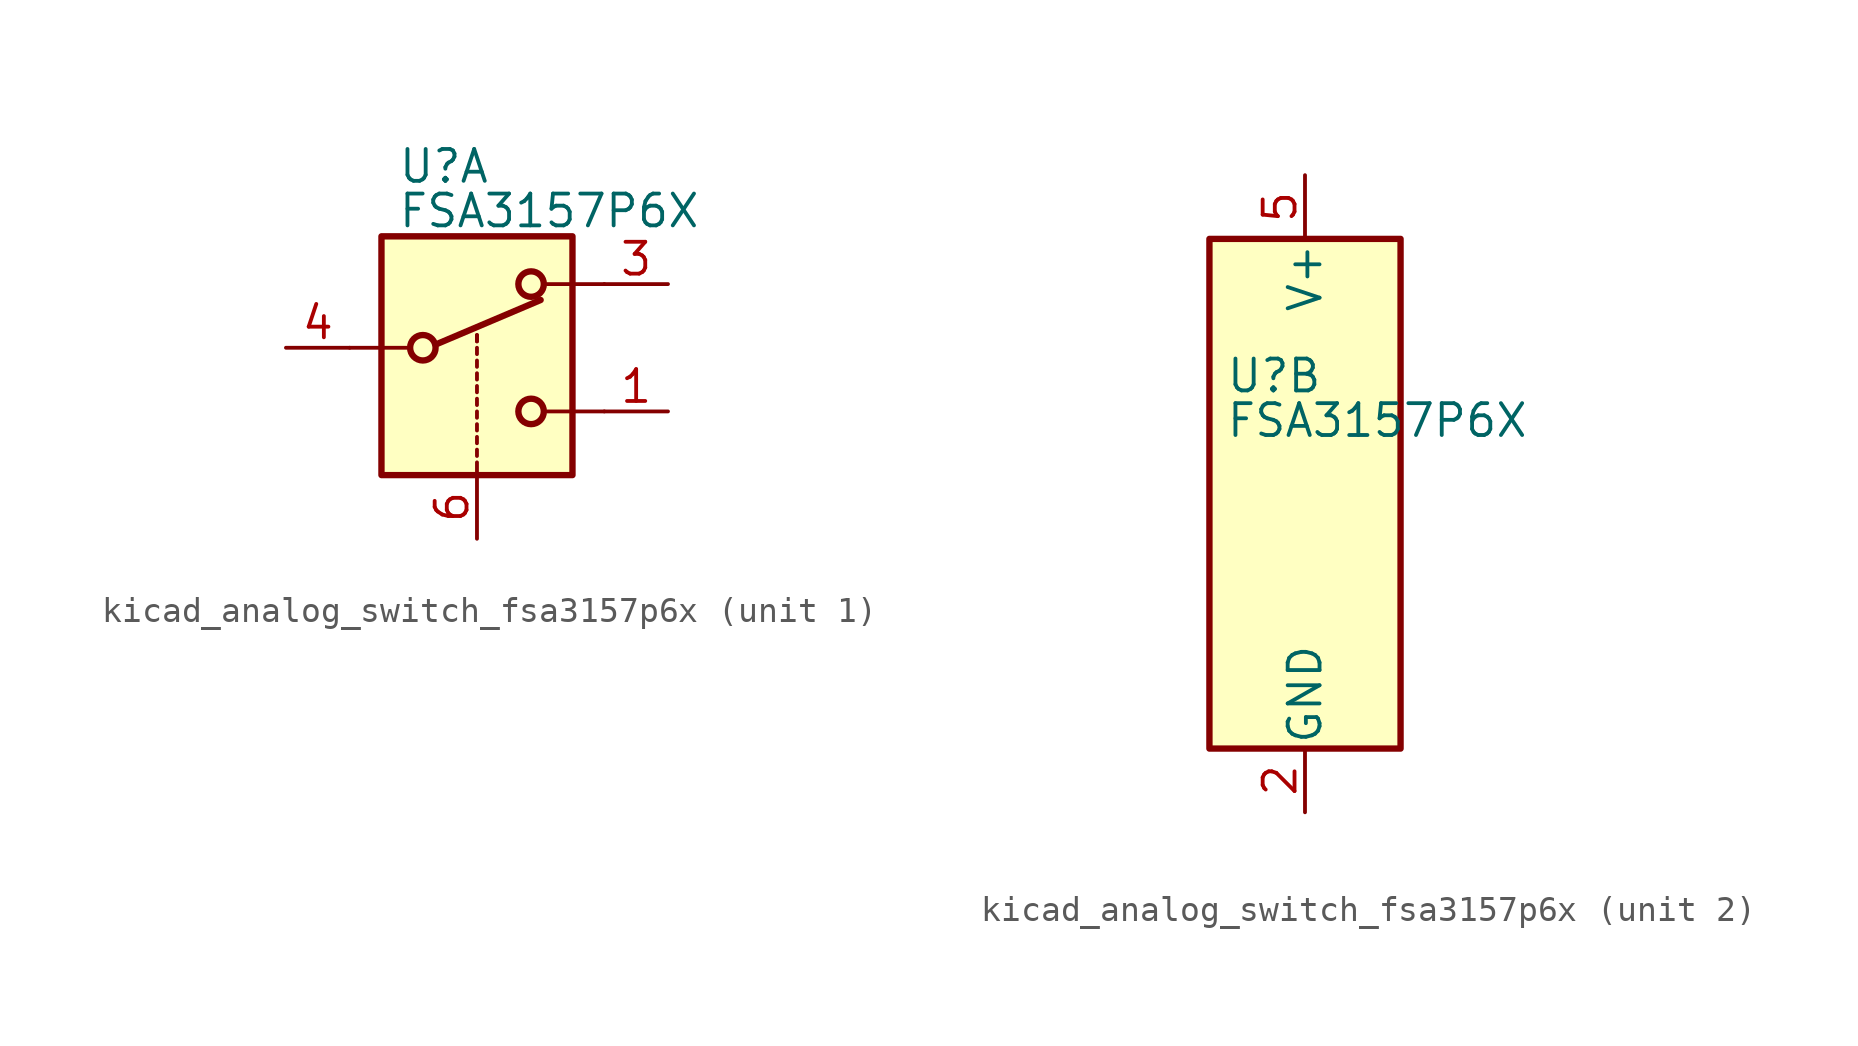
<source format=kicad_sym>
(kicad_symbol_lib
  (version 20220914)
  (generator kicad_symbol_editor)
  (symbol "kicad_analog_switch_fsa3157p6x"
    (pin_names
      (offset 0.127))
    (property "Reference" "U"
      (at -3.175 4.699 0)
      (effects (font (size 1.27 1.27)) (justify left)))
    (property "Value" "FSA3157P6X"
      (at -3.175 2.921 0)
      (effects (font (size 1.27 1.27)) (justify left)))
    (symbol "kicad_analog_switch_fsa3157p6x_1_1"
      (rectangle (start -3.81 1.905) (end 3.81 -7.62) (stroke (width 0.254) (type default)) (fill (type background)))
      (circle (center -2.159 -2.54) (radius 0.508) (stroke (width 0.254) (type default)) (fill (type none)))
      (polyline (pts (xy -5.08 -2.54) (xy -2.794 -2.54)) (stroke (width 0) (type default)) (fill (type none)))
      (polyline (pts (xy -1.651 -2.413) (xy 2.54 -0.635)) (stroke (width 0.254) (type default)) (fill (type none)))
      (polyline (pts (xy 0 -7.62) (xy 0 -7.112)) (stroke (width 0) (type default)) (fill (type none)))
      (polyline (pts (xy 0 -6.858) (xy 0 -6.604)) (stroke (width 0) (type default)) (fill (type none)))
      (polyline (pts (xy 0 -6.35) (xy 0 -6.096)) (stroke (width 0) (type default)) (fill (type none)))
      (polyline (pts (xy 0 -5.842) (xy 0 -5.588)) (stroke (width 0) (type default)) (fill (type none)))
      (polyline (pts (xy 0 -5.334) (xy 0 -5.08)) (stroke (width 0) (type default)) (fill (type none)))
      (polyline (pts (xy 0 -4.826) (xy 0 -4.572)) (stroke (width 0) (type default)) (fill (type none)))
      (polyline (pts (xy 0 -4.318) (xy 0 -4.064)) (stroke (width 0) (type default)) (fill (type none)))
      (polyline (pts (xy 0 -3.81) (xy 0 -3.556)) (stroke (width 0) (type default)) (fill (type none)))
      (polyline (pts (xy 0 -3.302) (xy 0 -3.048)) (stroke (width 0) (type default)) (fill (type none)))
      (polyline (pts (xy 0 -2.794) (xy 0 -2.54)) (stroke (width 0) (type default)) (fill (type none)))
      (polyline (pts (xy 0 -2.286) (xy 0 -2.032)) (stroke (width 0) (type default)) (fill (type none)))
      (polyline (pts (xy 0 -2.286) (xy 0 -2.032)) (stroke (width 0) (type default)) (fill (type none)))
      (polyline (pts (xy 5.08 -5.08) (xy 2.794 -5.08)) (stroke (width 0) (type default)) (fill (type none)))
      (polyline (pts (xy 5.08 0) (xy 2.794 0)) (stroke (width 0) (type default)) (fill (type none)))
      (circle (center 2.159 -5.08) (radius 0.508) (stroke (width 0.254) (type default)) (fill (type none)))
      (circle (center 2.159 0) (radius 0.508) (stroke (width 0.254) (type default)) (fill (type none)))
      (pin passive line (at 7.62 -5.08 180) (length 2.54) (name "~" (effects (font (size 1.27 1.27)))) (number "1" (effects (font (size 1.27 1.27)))))
      (pin passive line (at 7.62 0 180) (length 2.54) (name "~" (effects (font (size 1.27 1.27)))) (number "3" (effects (font (size 1.27 1.27)))))
      (pin passive line (at -7.62 -2.54 0) (length 2.54) (name "~" (effects (font (size 1.27 1.27)))) (number "4" (effects (font (size 1.27 1.27)))))
      (pin input line (at 0 -10.16 90) (length 2.54) (name "~" (effects (font (size 1.27 1.27)))) (number "6" (effects (font (size 1.27 1.27))))))
    (symbol "kicad_analog_switch_fsa3157p6x_2_0"
      (pin power_in line (at 0 -12.7 90) (length 2.54) (name "GND" (effects (font (size 1.27 1.27)))) (number "2" (effects (font (size 1.27 1.27)))))
      (pin power_in line (at 0 12.7 270) (length 2.54) (name "V+" (effects (font (size 1.27 1.27)))) (number "5" (effects (font (size 1.27 1.27))))))
    (symbol "kicad_analog_switch_fsa3157p6x_2_1"
      (rectangle (start -3.81 10.16) (end 3.81 -10.16) (stroke (width 0.254) (type default)) (fill (type background))))))
</source>
